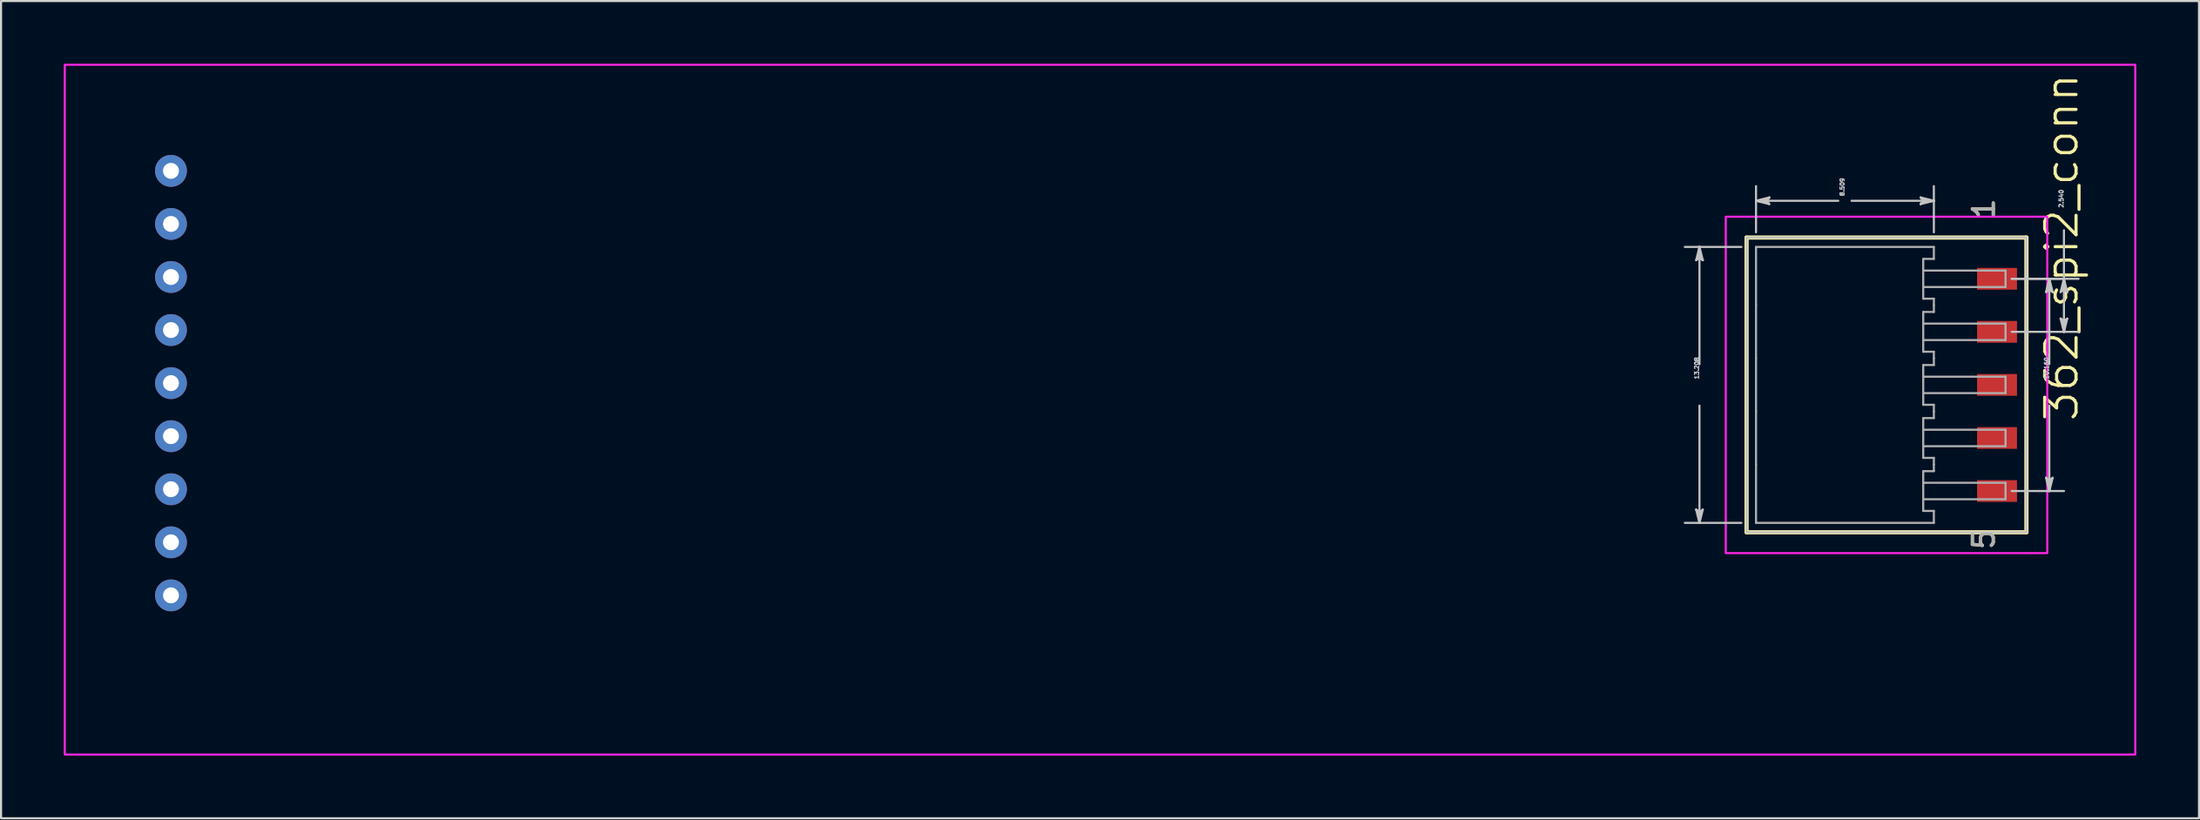
<source format=kicad_pcb>
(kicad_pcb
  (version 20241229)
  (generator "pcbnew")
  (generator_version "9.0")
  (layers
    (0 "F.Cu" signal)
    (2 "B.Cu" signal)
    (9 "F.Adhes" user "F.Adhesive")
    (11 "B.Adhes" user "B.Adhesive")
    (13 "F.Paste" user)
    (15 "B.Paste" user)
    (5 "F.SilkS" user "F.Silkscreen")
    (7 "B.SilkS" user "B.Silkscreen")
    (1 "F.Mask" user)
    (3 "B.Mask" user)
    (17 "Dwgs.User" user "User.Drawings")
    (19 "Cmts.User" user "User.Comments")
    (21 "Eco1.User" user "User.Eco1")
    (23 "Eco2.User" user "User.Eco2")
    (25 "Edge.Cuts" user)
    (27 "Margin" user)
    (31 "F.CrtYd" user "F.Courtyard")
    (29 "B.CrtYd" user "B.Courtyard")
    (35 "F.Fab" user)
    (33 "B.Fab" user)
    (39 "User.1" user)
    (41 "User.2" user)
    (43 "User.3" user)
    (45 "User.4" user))
  (footprint "362_spi2_conn"
    (layer "F.Cu")
    (at 5.13 15.29)
    (property "Reference" "362_spi2_conn" (at 90.46 -6.497 270) (layer "F.SilkS") (effects (font (size 1.5 1.5) (thickness 0.15))))
    (attr through_hole)
    (fp_poly (pts (xy 88.373 -5.566) (xy 88.373 -4.424) (xy 86.361 -4.424) (xy 86.361 -5.566)) (stroke (width 0.01) (type solid)) (fill yes) (layer "F.Mask"))
    (fp_poly (pts (xy 88.373 -3.026) (xy 88.373 -1.884) (xy 86.361 -1.884) (xy 86.361 -3.026)) (stroke (width 0.01) (type solid)) (fill yes) (layer "F.Mask"))
    (fp_poly (pts (xy 88.373 -0.486) (xy 88.373 0.656) (xy 86.361 0.656) (xy 86.361 -0.486)) (stroke (width 0.01) (type solid)) (fill yes) (layer "F.Mask"))
    (fp_poly (pts (xy 88.373 2.054) (xy 88.373 3.196) (xy 86.361 3.196) (xy 86.361 2.054)) (stroke (width 0.01) (type solid)) (fill yes) (layer "F.Mask"))
    (fp_poly (pts (xy 88.373 4.594) (xy 88.373 5.736) (xy 86.361 5.736) (xy 86.361 4.594)) (stroke (width 0.01) (type solid)) (fill yes) (layer "F.Mask"))
    (fp_line (start 75.385 -6.969) (end 75.385 7.139) (stroke (width 0.2) (type solid)) (layer "F.SilkS"))
    (fp_line (start 75.385 7.139) (end 88.773 7.139) (stroke (width 0.2) (type solid)) (layer "F.SilkS"))
    (fp_line (start 88.773 -6.969) (end 75.385 -6.969) (stroke (width 0.2) (type solid)) (layer "F.SilkS"))
    (fp_line (start 88.773 7.139) (end 88.773 -6.969) (stroke (width 0.2) (type solid)) (layer "F.SilkS"))
    (fp_poly (pts (xy 88.322 -5.515) (xy 88.322 -4.475) (xy 86.412 -4.475) (xy 86.412 -5.515)) (stroke (width 0.01) (type solid)) (fill yes) (layer "F.Paste"))
    (fp_poly (pts (xy 88.322 -2.975) (xy 88.322 -1.935) (xy 86.412 -1.935) (xy 86.412 -2.975)) (stroke (width 0.01) (type solid)) (fill yes) (layer "F.Paste"))
    (fp_poly (pts (xy 88.322 -0.435) (xy 88.322 0.605) (xy 86.412 0.605) (xy 86.412 -0.435)) (stroke (width 0.01) (type solid)) (fill yes) (layer "F.Paste"))
    (fp_poly (pts (xy 88.322 2.105) (xy 88.322 3.145) (xy 86.412 3.145) (xy 86.412 2.105)) (stroke (width 0.01) (type solid)) (fill yes) (layer "F.Paste"))
    (fp_poly (pts (xy 88.322 4.645) (xy 88.322 5.685) (xy 86.412 5.685) (xy 86.412 4.645)) (stroke (width 0.01) (type solid)) (fill yes) (layer "F.Paste"))
    (fp_line (start 72.972 -5.884) (end 73.13 -6.011) (stroke (width 0.1) (type solid)) (layer "Dwgs.User"))
    (fp_line (start 72.972 6.054) (end 73.13 6.689) (stroke (width 0.1) (type solid)) (layer "Dwgs.User"))
    (fp_line (start 73.051 -5.947) (end 73.13 -6.011) (stroke (width 0.1) (type solid)) (layer "Dwgs.User"))
    (fp_line (start 73.051 6.117) (end 72.972 6.054) (stroke (width 0.1) (type solid)) (layer "Dwgs.User"))
    (fp_line (start 73.13 -6.519) (end 72.972 -5.884) (stroke (width 0.1) (type solid)) (layer "Dwgs.User"))
    (fp_line (start 73.13 -6.519) (end 73.051 -5.947) (stroke (width 0.1) (type solid)) (layer "Dwgs.User"))
    (fp_line (start 73.13 -6.519) (end 73.21 -5.947) (stroke (width 0.1) (type solid)) (layer "Dwgs.User"))
    (fp_line (start 73.13 -6.011) (end 73.13 -6.519) (stroke (width 0.1) (type solid)) (layer "Dwgs.User"))
    (fp_line (start 73.13 -6.011) (end 73.289 -5.884) (stroke (width 0.1) (type solid)) (layer "Dwgs.User"))
    (fp_line (start 73.13 -0.906) (end 73.13 -6.519) (stroke (width 0.1) (type solid)) (layer "Dwgs.User"))
    (fp_line (start 73.13 1.076) (end 73.13 6.689) (stroke (width 0.1) (type solid)) (layer "Dwgs.User"))
    (fp_line (start 73.13 6.181) (end 72.972 6.054) (stroke (width 0.1) (type solid)) (layer "Dwgs.User"))
    (fp_line (start 73.13 6.181) (end 73.13 6.689) (stroke (width 0.1) (type solid)) (layer "Dwgs.User"))
    (fp_line (start 73.13 6.689) (end 73.051 6.117) (stroke (width 0.1) (type solid)) (layer "Dwgs.User"))
    (fp_line (start 73.13 6.689) (end 73.21 6.117) (stroke (width 0.1) (type solid)) (layer "Dwgs.User"))
    (fp_line (start 73.13 6.689) (end 73.289 6.054) (stroke (width 0.1) (type solid)) (layer "Dwgs.User"))
    (fp_line (start 73.21 -5.947) (end 73.289 -5.884) (stroke (width 0.1) (type solid)) (layer "Dwgs.User"))
    (fp_line (start 73.21 6.117) (end 73.13 6.181) (stroke (width 0.1) (type solid)) (layer "Dwgs.User"))
    (fp_line (start 73.289 -5.884) (end 73.13 -6.519) (stroke (width 0.1) (type solid)) (layer "Dwgs.User"))
    (fp_line (start 73.289 6.054) (end 73.13 6.181) (stroke (width 0.1) (type solid)) (layer "Dwgs.User"))
    (fp_line (start 75.134 -6.519) (end 72.429 -6.519) (stroke (width 0.1) (type solid)) (layer "Dwgs.User"))
    (fp_line (start 75.134 6.689) (end 72.429 6.689) (stroke (width 0.1) (type solid)) (layer "Dwgs.User"))
    (fp_line (start 75.385 -6.969) (end 75.385 7.139) (stroke (width 0.1) (type solid)) (layer "Dwgs.User"))
    (fp_line (start 75.385 7.139) (end 88.773 7.139) (stroke (width 0.1) (type solid)) (layer "Dwgs.User"))
    (fp_line (start 75.836 -8.729) (end 76.407 -8.808) (stroke (width 0.1) (type solid)) (layer "Dwgs.User"))
    (fp_line (start 75.836 -8.729) (end 76.407 -8.649) (stroke (width 0.1) (type solid)) (layer "Dwgs.User"))
    (fp_line (start 75.836 -8.729) (end 76.47 -8.57) (stroke (width 0.1) (type solid)) (layer "Dwgs.User"))
    (fp_line (start 75.836 -7.22) (end 75.836 -9.43) (stroke (width 0.1) (type solid)) (layer "Dwgs.User"))
    (fp_line (start 76.344 -8.729) (end 75.836 -8.729) (stroke (width 0.1) (type solid)) (layer "Dwgs.User"))
    (fp_line (start 76.344 -8.729) (end 76.47 -8.888) (stroke (width 0.1) (type solid)) (layer "Dwgs.User"))
    (fp_line (start 76.407 -8.808) (end 76.47 -8.888) (stroke (width 0.1) (type solid)) (layer "Dwgs.User"))
    (fp_line (start 76.407 -8.649) (end 76.344 -8.729) (stroke (width 0.1) (type solid)) (layer "Dwgs.User"))
    (fp_line (start 76.47 -8.888) (end 75.836 -8.729) (stroke (width 0.1) (type solid)) (layer "Dwgs.User"))
    (fp_line (start 76.47 -8.57) (end 76.344 -8.729) (stroke (width 0.1) (type solid)) (layer "Dwgs.User"))
    (fp_line (start 79.772 -8.729) (end 75.836 -8.729) (stroke (width 0.1) (type solid)) (layer "Dwgs.User"))
    (fp_line (start 80.408 -8.729) (end 84.344 -8.729) (stroke (width 0.1) (type solid)) (layer "Dwgs.User"))
    (fp_line (start 83.71 -8.888) (end 83.836 -8.729) (stroke (width 0.1) (type solid)) (layer "Dwgs.User"))
    (fp_line (start 83.71 -8.57) (end 84.344 -8.729) (stroke (width 0.1) (type solid)) (layer "Dwgs.User"))
    (fp_line (start 83.773 -8.808) (end 83.836 -8.729) (stroke (width 0.1) (type solid)) (layer "Dwgs.User"))
    (fp_line (start 83.773 -8.649) (end 83.71 -8.57) (stroke (width 0.1) (type solid)) (layer "Dwgs.User"))
    (fp_line (start 83.836 -8.729) (end 83.71 -8.57) (stroke (width 0.1) (type solid)) (layer "Dwgs.User"))
    (fp_line (start 83.836 -8.729) (end 84.344 -8.729) (stroke (width 0.1) (type solid)) (layer "Dwgs.User"))
    (fp_line (start 84.344 -8.729) (end 83.71 -8.888) (stroke (width 0.1) (type solid)) (layer "Dwgs.User"))
    (fp_line (start 84.344 -8.729) (end 83.773 -8.808) (stroke (width 0.1) (type solid)) (layer "Dwgs.User"))
    (fp_line (start 84.344 -8.729) (end 83.773 -8.649) (stroke (width 0.1) (type solid)) (layer "Dwgs.User"))
    (fp_line (start 84.344 -7.22) (end 84.344 -9.43) (stroke (width 0.1) (type solid)) (layer "Dwgs.User"))
    (fp_line (start 88.068 -4.995) (end 90.57 -4.995) (stroke (width 0.1) (type solid)) (layer "Dwgs.User"))
    (fp_line (start 88.068 -4.995) (end 91.269 -4.995) (stroke (width 0.1) (type solid)) (layer "Dwgs.User"))
    (fp_line (start 88.068 -2.455) (end 91.269 -2.455) (stroke (width 0.1) (type solid)) (layer "Dwgs.User"))
    (fp_line (start 88.068 5.165) (end 90.57 5.165) (stroke (width 0.1) (type solid)) (layer "Dwgs.User"))
    (fp_line (start 88.773 -6.969) (end 75.385 -6.969) (stroke (width 0.1) (type solid)) (layer "Dwgs.User"))
    (fp_line (start 88.773 7.139) (end 88.773 -6.969) (stroke (width 0.1) (type solid)) (layer "Dwgs.User"))
    (fp_line (start 89.71 -4.36) (end 89.869 -4.487) (stroke (width 0.1) (type solid)) (layer "Dwgs.User"))
    (fp_line (start 89.71 4.53) (end 89.869 5.165) (stroke (width 0.1) (type solid)) (layer "Dwgs.User"))
    (fp_line (start 89.79 -4.423) (end 89.869 -4.487) (stroke (width 0.1) (type solid)) (layer "Dwgs.User"))
    (fp_line (start 89.79 4.593) (end 89.71 4.53) (stroke (width 0.1) (type solid)) (layer "Dwgs.User"))
    (fp_line (start 89.869 -4.995) (end 89.71 -4.36) (stroke (width 0.1) (type solid)) (layer "Dwgs.User"))
    (fp_line (start 89.869 -4.995) (end 89.79 -4.423) (stroke (width 0.1) (type solid)) (layer "Dwgs.User"))
    (fp_line (start 89.869 -4.995) (end 89.948 -4.423) (stroke (width 0.1) (type solid)) (layer "Dwgs.User"))
    (fp_line (start 89.869 -4.487) (end 89.869 -4.995) (stroke (width 0.1) (type solid)) (layer "Dwgs.User"))
    (fp_line (start 89.869 -4.487) (end 90.028 -4.36) (stroke (width 0.1) (type solid)) (layer "Dwgs.User"))
    (fp_line (start 89.869 -0.906) (end 89.869 -4.995) (stroke (width 0.1) (type solid)) (layer "Dwgs.User"))
    (fp_line (start 89.869 1.076) (end 89.869 5.165) (stroke (width 0.1) (type solid)) (layer "Dwgs.User"))
    (fp_line (start 89.869 4.657) (end 89.71 4.53) (stroke (width 0.1) (type solid)) (layer "Dwgs.User"))
    (fp_line (start 89.869 4.657) (end 89.869 5.165) (stroke (width 0.1) (type solid)) (layer "Dwgs.User"))
    (fp_line (start 89.869 5.165) (end 89.79 4.593) (stroke (width 0.1) (type solid)) (layer "Dwgs.User"))
    (fp_line (start 89.869 5.165) (end 89.948 4.593) (stroke (width 0.1) (type solid)) (layer "Dwgs.User"))
    (fp_line (start 89.869 5.165) (end 90.028 4.53) (stroke (width 0.1) (type solid)) (layer "Dwgs.User"))
    (fp_line (start 89.948 -4.423) (end 90.028 -4.36) (stroke (width 0.1) (type solid)) (layer "Dwgs.User"))
    (fp_line (start 89.948 4.593) (end 89.869 4.657) (stroke (width 0.1) (type solid)) (layer "Dwgs.User"))
    (fp_line (start 90.028 -4.36) (end 89.869 -4.995) (stroke (width 0.1) (type solid)) (layer "Dwgs.User"))
    (fp_line (start 90.028 4.53) (end 89.869 4.657) (stroke (width 0.1) (type solid)) (layer "Dwgs.User"))
    (fp_line (start 90.409 -4.36) (end 90.568 -4.487) (stroke (width 0.1) (type solid)) (layer "Dwgs.User"))
    (fp_line (start 90.409 -3.09) (end 90.568 -2.455) (stroke (width 0.1) (type solid)) (layer "Dwgs.User"))
    (fp_line (start 90.488 -4.423) (end 90.568 -4.487) (stroke (width 0.1) (type solid)) (layer "Dwgs.User"))
    (fp_line (start 90.488 -3.027) (end 90.409 -3.09) (stroke (width 0.1) (type solid)) (layer "Dwgs.User"))
    (fp_line (start 90.568 -7.319) (end 90.568 -4.995) (stroke (width 0.1) (type solid)) (layer "Dwgs.User"))
    (fp_line (start 90.568 -4.995) (end 90.409 -4.36) (stroke (width 0.1) (type solid)) (layer "Dwgs.User"))
    (fp_line (start 90.568 -4.995) (end 90.488 -4.423) (stroke (width 0.1) (type solid)) (layer "Dwgs.User"))
    (fp_line (start 90.568 -4.995) (end 90.568 -2.455) (stroke (width 0.1) (type solid)) (layer "Dwgs.User"))
    (fp_line (start 90.568 -4.995) (end 90.647 -4.423) (stroke (width 0.1) (type solid)) (layer "Dwgs.User"))
    (fp_line (start 90.568 -4.487) (end 90.568 -4.995) (stroke (width 0.1) (type solid)) (layer "Dwgs.User"))
    (fp_line (start 90.568 -4.487) (end 90.726 -4.36) (stroke (width 0.1) (type solid)) (layer "Dwgs.User"))
    (fp_line (start 90.568 -2.963) (end 90.409 -3.09) (stroke (width 0.1) (type solid)) (layer "Dwgs.User"))
    (fp_line (start 90.568 -2.963) (end 90.568 -2.455) (stroke (width 0.1) (type solid)) (layer "Dwgs.User"))
    (fp_line (start 90.568 -2.455) (end 90.488 -3.027) (stroke (width 0.1) (type solid)) (layer "Dwgs.User"))
    (fp_line (start 90.568 -2.455) (end 90.647 -3.027) (stroke (width 0.1) (type solid)) (layer "Dwgs.User"))
    (fp_line (start 90.568 -2.455) (end 90.726 -3.09) (stroke (width 0.1) (type solid)) (layer "Dwgs.User"))
    (fp_line (start 90.647 -4.423) (end 90.726 -4.36) (stroke (width 0.1) (type solid)) (layer "Dwgs.User"))
    (fp_line (start 90.647 -3.027) (end 90.568 -2.963) (stroke (width 0.1) (type solid)) (layer "Dwgs.User"))
    (fp_line (start 90.726 -4.36) (end 90.568 -4.995) (stroke (width 0.1) (type solid)) (layer "Dwgs.User"))
    (fp_line (start 90.726 -3.09) (end 90.568 -2.963) (stroke (width 0.1) (type solid)) (layer "Dwgs.User"))
    (fp_poly (pts (xy 93.98 17.78) (xy -5.08 17.78) (xy -5.08 -15.24) (xy 93.98 -15.24)) (stroke (width 0.1) (type solid)) (fill no) (layer "F.CrtYd"))
    (fp_poly (pts (xy 89.77 8.136) (xy 89.77 -7.966) (xy 74.388 -7.966) (xy 74.388 8.136) (xy 89.77 8.136)) (stroke (width 0.1) (type solid)) (fill no) (layer "F.CrtYd"))
    (fp_line (start 75.836 -6.519) (end 84.344 -6.519) (stroke (width 0.1) (type solid)) (layer "F.Fab"))
    (fp_line (start 75.836 -3.725) (end 75.836 -6.519) (stroke (width 0.1) (type solid)) (layer "F.Fab"))
    (fp_line (start 75.836 -1.185) (end 75.836 -3.725) (stroke (width 0.1) (type solid)) (layer "F.Fab"))
    (fp_line (start 75.836 1.355) (end 75.836 -1.185) (stroke (width 0.1) (type solid)) (layer "F.Fab"))
    (fp_line (start 75.836 3.895) (end 75.836 1.355) (stroke (width 0.1) (type solid)) (layer "F.Fab"))
    (fp_line (start 75.836 3.895) (end 75.836 6.689) (stroke (width 0.1) (type solid)) (layer "F.Fab"))
    (fp_line (start 75.836 6.689) (end 84.344 6.689) (stroke (width 0.1) (type solid)) (layer "F.Fab"))
    (fp_line (start 83.836 -5.947) (end 84.344 -5.947) (stroke (width 0.1) (type solid)) (layer "F.Fab"))
    (fp_line (start 83.836 -4.043) (end 83.836 -5.947) (stroke (width 0.1) (type solid)) (layer "F.Fab"))
    (fp_line (start 83.836 -3.407) (end 84.344 -3.407) (stroke (width 0.1) (type solid)) (layer "F.Fab"))
    (fp_line (start 83.836 -2.849) (end 87.774 -2.849) (stroke (width 0.1) (type solid)) (layer "F.Fab"))
    (fp_line (start 83.836 -1.503) (end 83.836 -3.407) (stroke (width 0.1) (type solid)) (layer "F.Fab"))
    (fp_line (start 83.836 -0.867) (end 84.344 -0.867) (stroke (width 0.1) (type solid)) (layer "F.Fab"))
    (fp_line (start 83.836 -0.309) (end 87.774 -0.309) (stroke (width 0.1) (type solid)) (layer "F.Fab"))
    (fp_line (start 83.836 1.037) (end 83.836 -0.867) (stroke (width 0.1) (type solid)) (layer "F.Fab"))
    (fp_line (start 83.836 1.673) (end 84.344 1.673) (stroke (width 0.1) (type solid)) (layer "F.Fab"))
    (fp_line (start 83.836 2.231) (end 87.774 2.231) (stroke (width 0.1) (type solid)) (layer "F.Fab"))
    (fp_line (start 83.836 3.577) (end 83.836 1.673) (stroke (width 0.1) (type solid)) (layer "F.Fab"))
    (fp_line (start 83.836 4.213) (end 83.836 6.117) (stroke (width 0.1) (type solid)) (layer "F.Fab"))
    (fp_line (start 83.836 6.117) (end 84.344 6.117) (stroke (width 0.1) (type solid)) (layer "F.Fab"))
    (fp_line (start 84.344 -5.947) (end 84.344 -6.519) (stroke (width 0.1) (type solid)) (layer "F.Fab"))
    (fp_line (start 84.344 -4.043) (end 83.836 -4.043) (stroke (width 0.1) (type solid)) (layer "F.Fab"))
    (fp_line (start 84.344 -3.725) (end 84.344 -4.043) (stroke (width 0.1) (type solid)) (layer "F.Fab"))
    (fp_line (start 84.344 -3.407) (end 84.344 -3.725) (stroke (width 0.1) (type solid)) (layer "F.Fab"))
    (fp_line (start 84.344 -1.503) (end 83.836 -1.503) (stroke (width 0.1) (type solid)) (layer "F.Fab"))
    (fp_line (start 84.344 -1.185) (end 84.344 -1.503) (stroke (width 0.1) (type solid)) (layer "F.Fab"))
    (fp_line (start 84.344 -0.867) (end 84.344 -1.185) (stroke (width 0.1) (type solid)) (layer "F.Fab"))
    (fp_line (start 84.344 1.037) (end 83.836 1.037) (stroke (width 0.1) (type solid)) (layer "F.Fab"))
    (fp_line (start 84.344 1.355) (end 84.344 1.037) (stroke (width 0.1) (type solid)) (layer "F.Fab"))
    (fp_line (start 84.344 1.673) (end 84.344 1.355) (stroke (width 0.1) (type solid)) (layer "F.Fab"))
    (fp_line (start 84.344 3.577) (end 83.836 3.577) (stroke (width 0.1) (type solid)) (layer "F.Fab"))
    (fp_line (start 84.344 3.895) (end 84.344 3.577) (stroke (width 0.1) (type solid)) (layer "F.Fab"))
    (fp_line (start 84.344 3.895) (end 84.344 4.213) (stroke (width 0.1) (type solid)) (layer "F.Fab"))
    (fp_line (start 84.344 4.213) (end 83.836 4.213) (stroke (width 0.1) (type solid)) (layer "F.Fab"))
    (fp_line (start 84.344 6.117) (end 84.344 6.689) (stroke (width 0.1) (type solid)) (layer "F.Fab"))
    (fp_line (start 87.774 -5.389) (end 83.836 -5.389) (stroke (width 0.1) (type solid)) (layer "F.Fab"))
    (fp_line (start 87.774 -4.601) (end 83.836 -4.601) (stroke (width 0.1) (type solid)) (layer "F.Fab"))
    (fp_line (start 87.774 -4.601) (end 87.774 -5.389) (stroke (width 0.1) (type solid)) (layer "F.Fab"))
    (fp_line (start 87.774 -2.061) (end 83.836 -2.061) (stroke (width 0.1) (type solid)) (layer "F.Fab"))
    (fp_line (start 87.774 -2.061) (end 87.774 -2.849) (stroke (width 0.1) (type solid)) (layer "F.Fab"))
    (fp_line (start 87.774 0.479) (end 83.836 0.479) (stroke (width 0.1) (type solid)) (layer "F.Fab"))
    (fp_line (start 87.774 0.479) (end 87.774 -0.309) (stroke (width 0.1) (type solid)) (layer "F.Fab"))
    (fp_line (start 87.774 3.019) (end 83.836 3.019) (stroke (width 0.1) (type solid)) (layer "F.Fab"))
    (fp_line (start 87.774 3.019) (end 87.774 2.231) (stroke (width 0.1) (type solid)) (layer "F.Fab"))
    (fp_line (start 87.774 4.771) (end 83.836 4.771) (stroke (width 0.1) (type solid)) (layer "F.Fab"))
    (fp_line (start 87.774 4.771) (end 87.774 5.559) (stroke (width 0.1) (type solid)) (layer "F.Fab"))
    (fp_line (start 87.774 5.559) (end 83.836 5.559) (stroke (width 0.1) (type solid)) (layer "F.Fab"))
    (fp_text user "1" (at 86.732 -8.339 270) (layer "F.SilkS") (effects (font (size 1 1) (thickness 0.15))))
    (fp_text user "5" (at 86.732 7.48 270) (layer "F.SilkS") (effects (font (size 1 1) (thickness 0.15))))
    (fp_text user "10.160" (at 89.742 -0.715 270) (layer "Dwgs.User") (effects (font (size 0.2 0.2) (thickness 0.15))))
    (fp_text user "13.208" (at 73.003 -0.715 270) (layer "Dwgs.User") (effects (font (size 0.2 0.2) (thickness 0.15))))
    (fp_text user "8.509" (at 79.963 -9.389 270) (layer "Dwgs.User") (effects (font (size 0.2 0.2) (thickness 0.15))))
    (fp_text user "2.540" (at 90.44 -8.83 270) (layer "Dwgs.User") (effects (font (size 0.2 0.2) (thickness 0.15))))
    (fp_text user "1" (at 86.732 -8.339 270) (layer "F.Fab") (effects (font (size 1 1) (thickness 0.15))))
    (fp_text user "5" (at 86.732 7.48 270) (layer "F.Fab") (effects (font (size 1 1) (thickness 0.15))))
    (pad "1" thru_hole circle (at 0 -10.16 180) (size 1.524 1.524) (drill 0.762) (layers "*.Cu" "*.Mask"))
    (pad "2" thru_hole circle (at 0 -7.62 180) (size 1.524 1.524) (drill 0.762) (layers "*.Cu" "*.Mask"))
    (pad "3" thru_hole circle (at 0 -5.08 180) (size 1.524 1.524) (drill 0.762) (layers "*.Cu" "*.Mask"))
    (pad "4" thru_hole circle (at 0 -2.54 180) (size 1.524 1.524) (drill 0.762) (layers "*.Cu" "*.Mask"))
    (pad "5" thru_hole circle (at 0 0 180) (size 1.524 1.524) (drill 0.762) (layers "*.Cu" "*.Mask"))
    (pad "6" thru_hole circle (at 0 2.54 180) (size 1.524 1.524) (drill 0.762) (layers "*.Cu" "*.Mask"))
    (pad "7" thru_hole circle (at 0 5.08 180) (size 1.524 1.524) (drill 0.762) (layers "*.Cu" "*.Mask"))
    (pad "8" thru_hole circle (at 0 7.62 180) (size 1.524 1.524) (drill 0.762) (layers "*.Cu" "*.Mask"))
    (pad "9" thru_hole circle (at 0 10.16 180) (size 1.524 1.524) (drill 0.762) (layers "*.Cu" "*.Mask"))
    (pad "11" smd rect (at 87.367 -4.995 270) (size 1.04 1.91) (layers "F.Cu" "F.Paste"))
    (pad "12" smd rect (at 87.367 -2.455 270) (size 1.04 1.91) (layers "F.Cu" "F.Paste"))
    (pad "13" smd rect (at 87.367 0.085 270) (size 1.04 1.91) (layers "F.Cu" "F.Paste"))
    (pad "14" smd rect (at 87.367 2.625 270) (size 1.04 1.91) (layers "F.Cu" "F.Paste"))
    (pad "15" smd rect (at 87.367 5.165 270) (size 1.04 1.91) (layers "F.Cu" "F.Paste")))
  (gr_rect
    (start -3 -3)
    (end 102.16 36.12)
    (stroke (width 0.1) (type default))
    (fill no)
    (layer "Edge.Cuts")))
</source>
